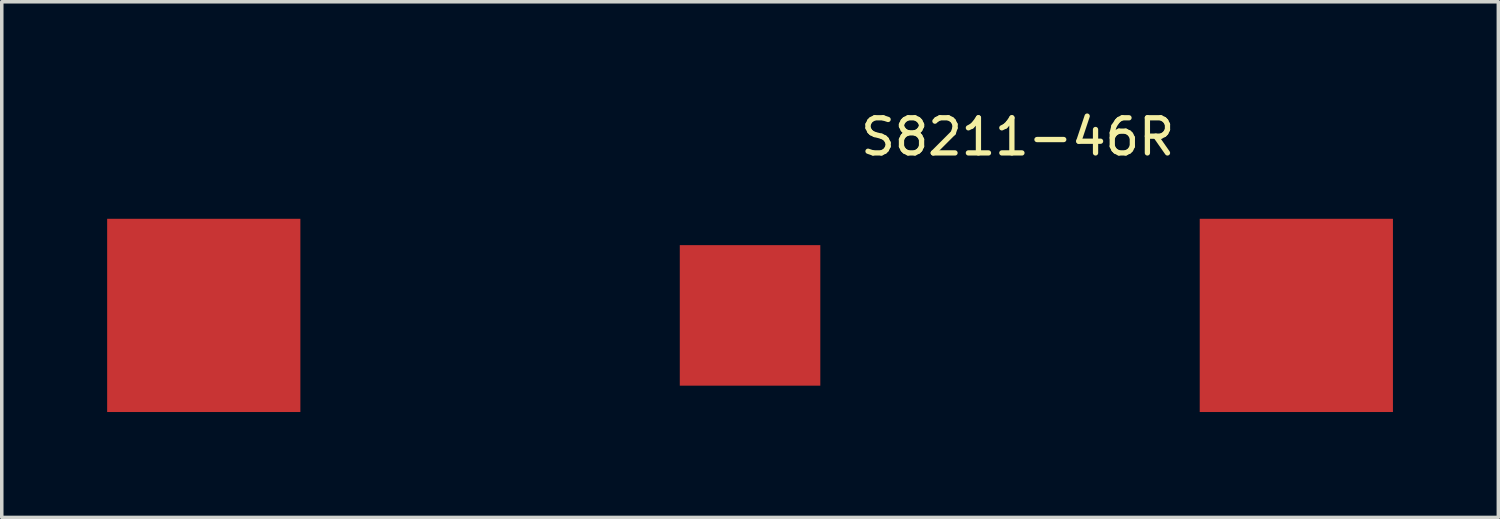
<source format=kicad_pcb>
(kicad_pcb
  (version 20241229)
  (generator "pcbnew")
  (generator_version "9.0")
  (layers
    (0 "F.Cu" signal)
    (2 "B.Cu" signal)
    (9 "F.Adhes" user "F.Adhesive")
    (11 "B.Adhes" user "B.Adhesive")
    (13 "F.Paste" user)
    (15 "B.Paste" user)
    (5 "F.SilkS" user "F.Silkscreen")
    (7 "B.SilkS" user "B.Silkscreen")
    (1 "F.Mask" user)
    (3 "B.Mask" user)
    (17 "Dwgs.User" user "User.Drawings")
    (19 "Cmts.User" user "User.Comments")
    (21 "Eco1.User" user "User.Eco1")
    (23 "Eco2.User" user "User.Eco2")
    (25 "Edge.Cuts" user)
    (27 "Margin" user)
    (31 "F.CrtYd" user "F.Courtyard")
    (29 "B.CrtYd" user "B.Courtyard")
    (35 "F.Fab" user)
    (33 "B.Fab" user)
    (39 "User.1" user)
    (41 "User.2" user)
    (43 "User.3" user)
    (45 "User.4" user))
  (footprint "S8211-46R"
    (layer "F.Cu")
    (at 18.3 5.928)
    (property "Reference" "S8211-46R" (at 7.62 -5.08 0) (layer "F.SilkS") (effects (font (size 1 1) (thickness 0.15))))
    (attr through_hole)
    (pad "1" smd rect (at 15.55 0) (size 5.5 5.5) (layers "F.Cu" "F.Mask" "F.Paste"))
    (pad "2" smd rect (at -15.55 0) (size 5.5 5.5) (layers "F.Cu" "F.Mask" "F.Paste"))
    (pad "3" smd rect (at 0 0) (size 4 4) (layers "F.Cu" "F.Mask" "F.Paste")))
  (gr_rect
    (start -3 -3)
    (end 39.6 11.678)
    (stroke (width 0.1) (type default))
    (fill no)
    (layer "Edge.Cuts")))
</source>
